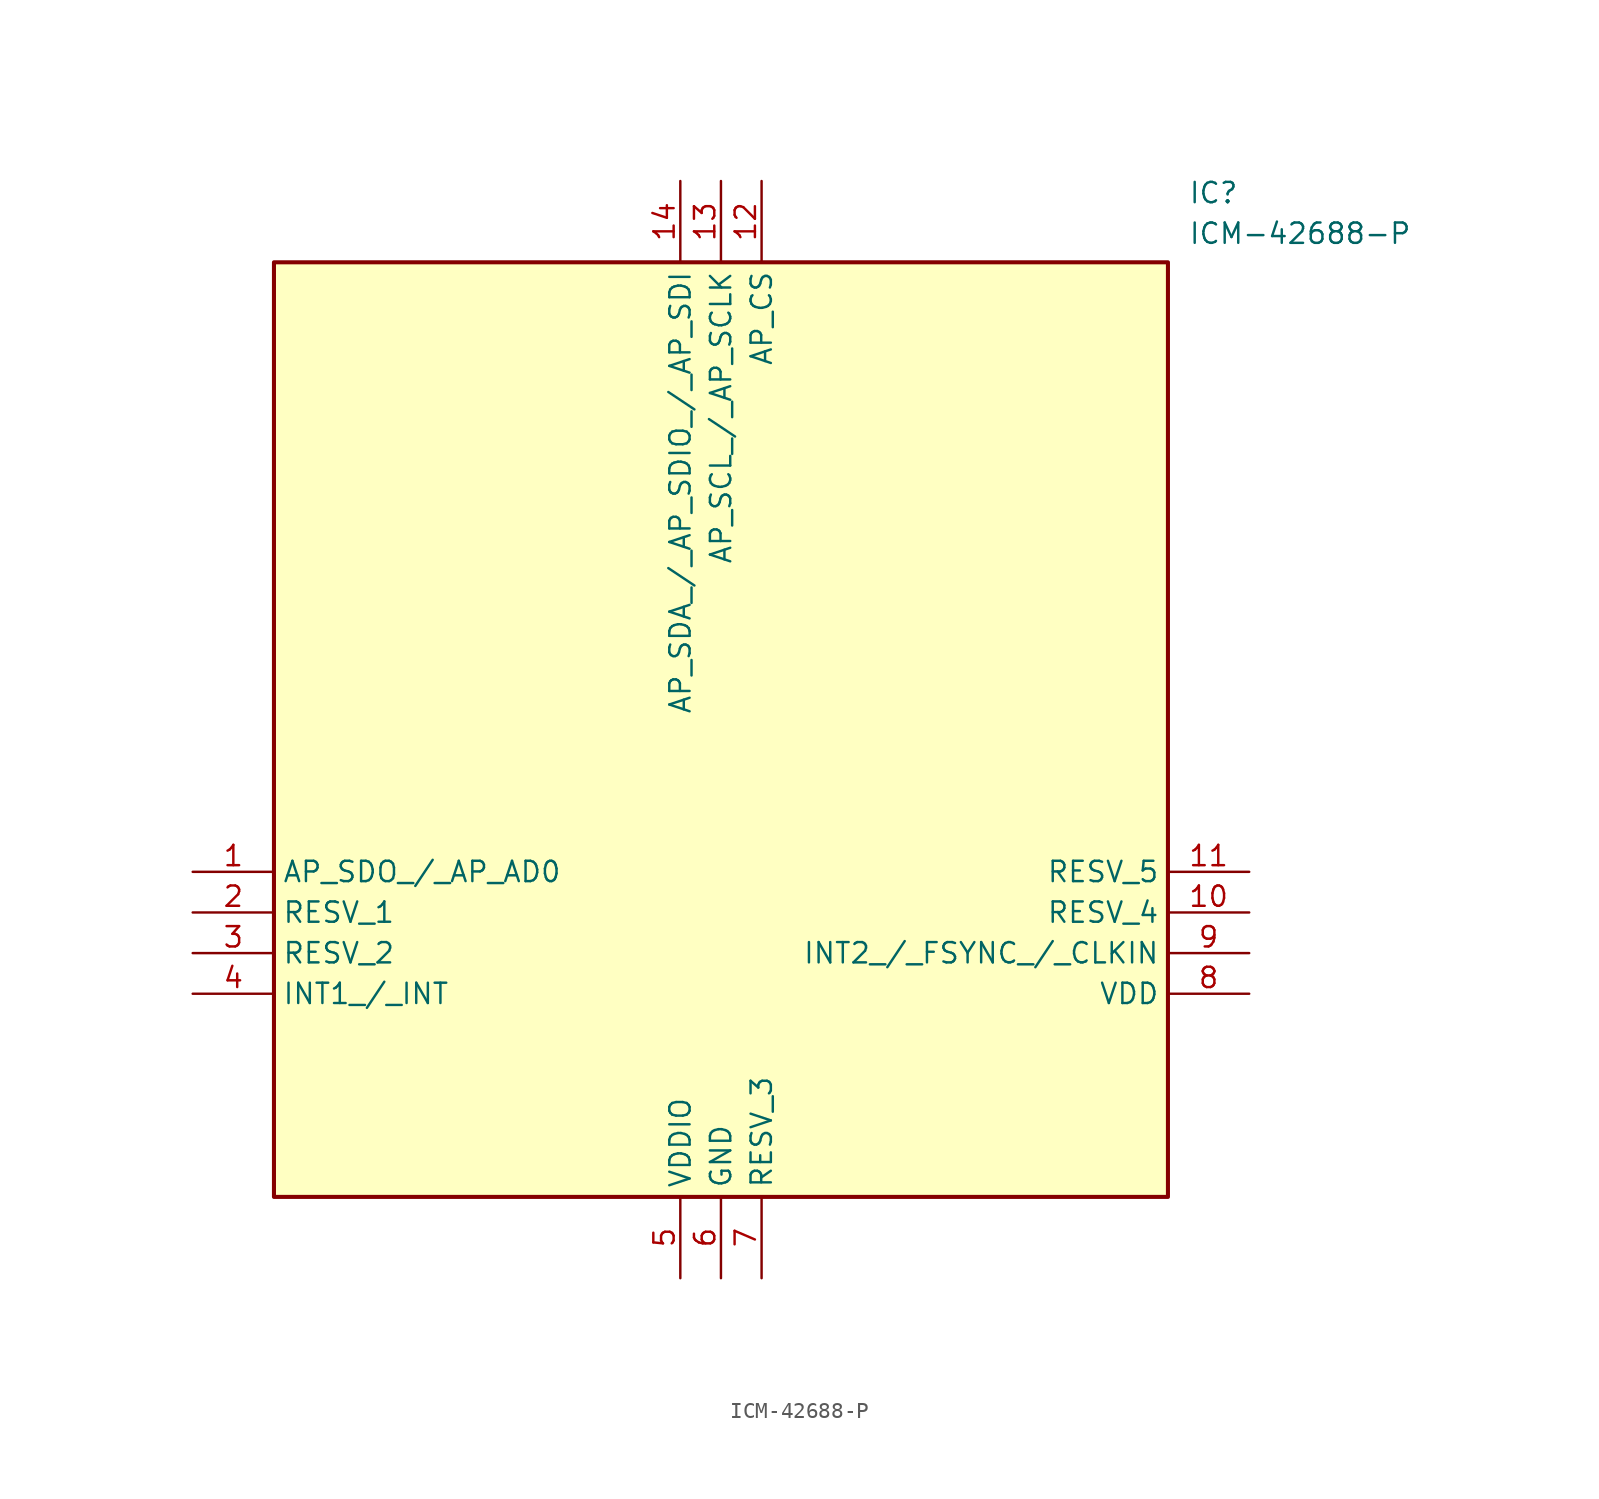
<source format=kicad_sym>
(kicad_symbol_lib
  (version 20231120)
  (generator "kicad_symbol_editor")
  (generator_version "8.0")
  (symbol "ICM-42688-P"
    (property "Reference" "IC"
      (at 62.23 43.18 0)
      (effects (font (size 1.27 1.27)) (justify left top)))
    (property "Value" "ICM-42688-P"
      (at 62.23 40.64 0)
      (effects (font (size 1.27 1.27)) (justify left top)))
    (symbol "ICM-42688-P_1_1"
      (rectangle (start 5.08 38.1) (end 60.96 -20.32) (stroke (width 0.254) (type default)) (fill (type background)))
      (pin passive line (at 0 0 0) (length 5.08) (name "AP_SDO_/_AP_AD0" (effects (font (size 1.27 1.27)))) (number "1" (effects (font (size 1.27 1.27)))))
      (pin passive line (at 66.04 -2.54 180) (length 5.08) (name "RESV_4" (effects (font (size 1.27 1.27)))) (number "10" (effects (font (size 1.27 1.27)))))
      (pin passive line (at 66.04 0 180) (length 5.08) (name "RESV_5" (effects (font (size 1.27 1.27)))) (number "11" (effects (font (size 1.27 1.27)))))
      (pin passive line (at 35.56 43.18 270) (length 5.08) (name "AP_CS" (effects (font (size 1.27 1.27)))) (number "12" (effects (font (size 1.27 1.27)))))
      (pin passive line (at 33.02 43.18 270) (length 5.08) (name "AP_SCL_/_AP_SCLK" (effects (font (size 1.27 1.27)))) (number "13" (effects (font (size 1.27 1.27)))))
      (pin passive line (at 30.48 43.18 270) (length 5.08) (name "AP_SDA_/_AP_SDIO_/_AP_SDI" (effects (font (size 1.27 1.27)))) (number "14" (effects (font (size 1.27 1.27)))))
      (pin passive line (at 0 -2.54 0) (length 5.08) (name "RESV_1" (effects (font (size 1.27 1.27)))) (number "2" (effects (font (size 1.27 1.27)))))
      (pin passive line (at 0 -5.08 0) (length 5.08) (name "RESV_2" (effects (font (size 1.27 1.27)))) (number "3" (effects (font (size 1.27 1.27)))))
      (pin passive line (at 0 -7.62 0) (length 5.08) (name "INT1_/_INT" (effects (font (size 1.27 1.27)))) (number "4" (effects (font (size 1.27 1.27)))))
      (pin passive line (at 30.48 -25.4 90) (length 5.08) (name "VDDIO" (effects (font (size 1.27 1.27)))) (number "5" (effects (font (size 1.27 1.27)))))
      (pin passive line (at 33.02 -25.4 90) (length 5.08) (name "GND" (effects (font (size 1.27 1.27)))) (number "6" (effects (font (size 1.27 1.27)))))
      (pin passive line (at 35.56 -25.4 90) (length 5.08) (name "RESV_3" (effects (font (size 1.27 1.27)))) (number "7" (effects (font (size 1.27 1.27)))))
      (pin passive line (at 66.04 -7.62 180) (length 5.08) (name "VDD" (effects (font (size 1.27 1.27)))) (number "8" (effects (font (size 1.27 1.27)))))
      (pin passive line (at 66.04 -5.08 180) (length 5.08) (name "INT2_/_FSYNC_/_CLKIN" (effects (font (size 1.27 1.27)))) (number "9" (effects (font (size 1.27 1.27))))))))
</source>
